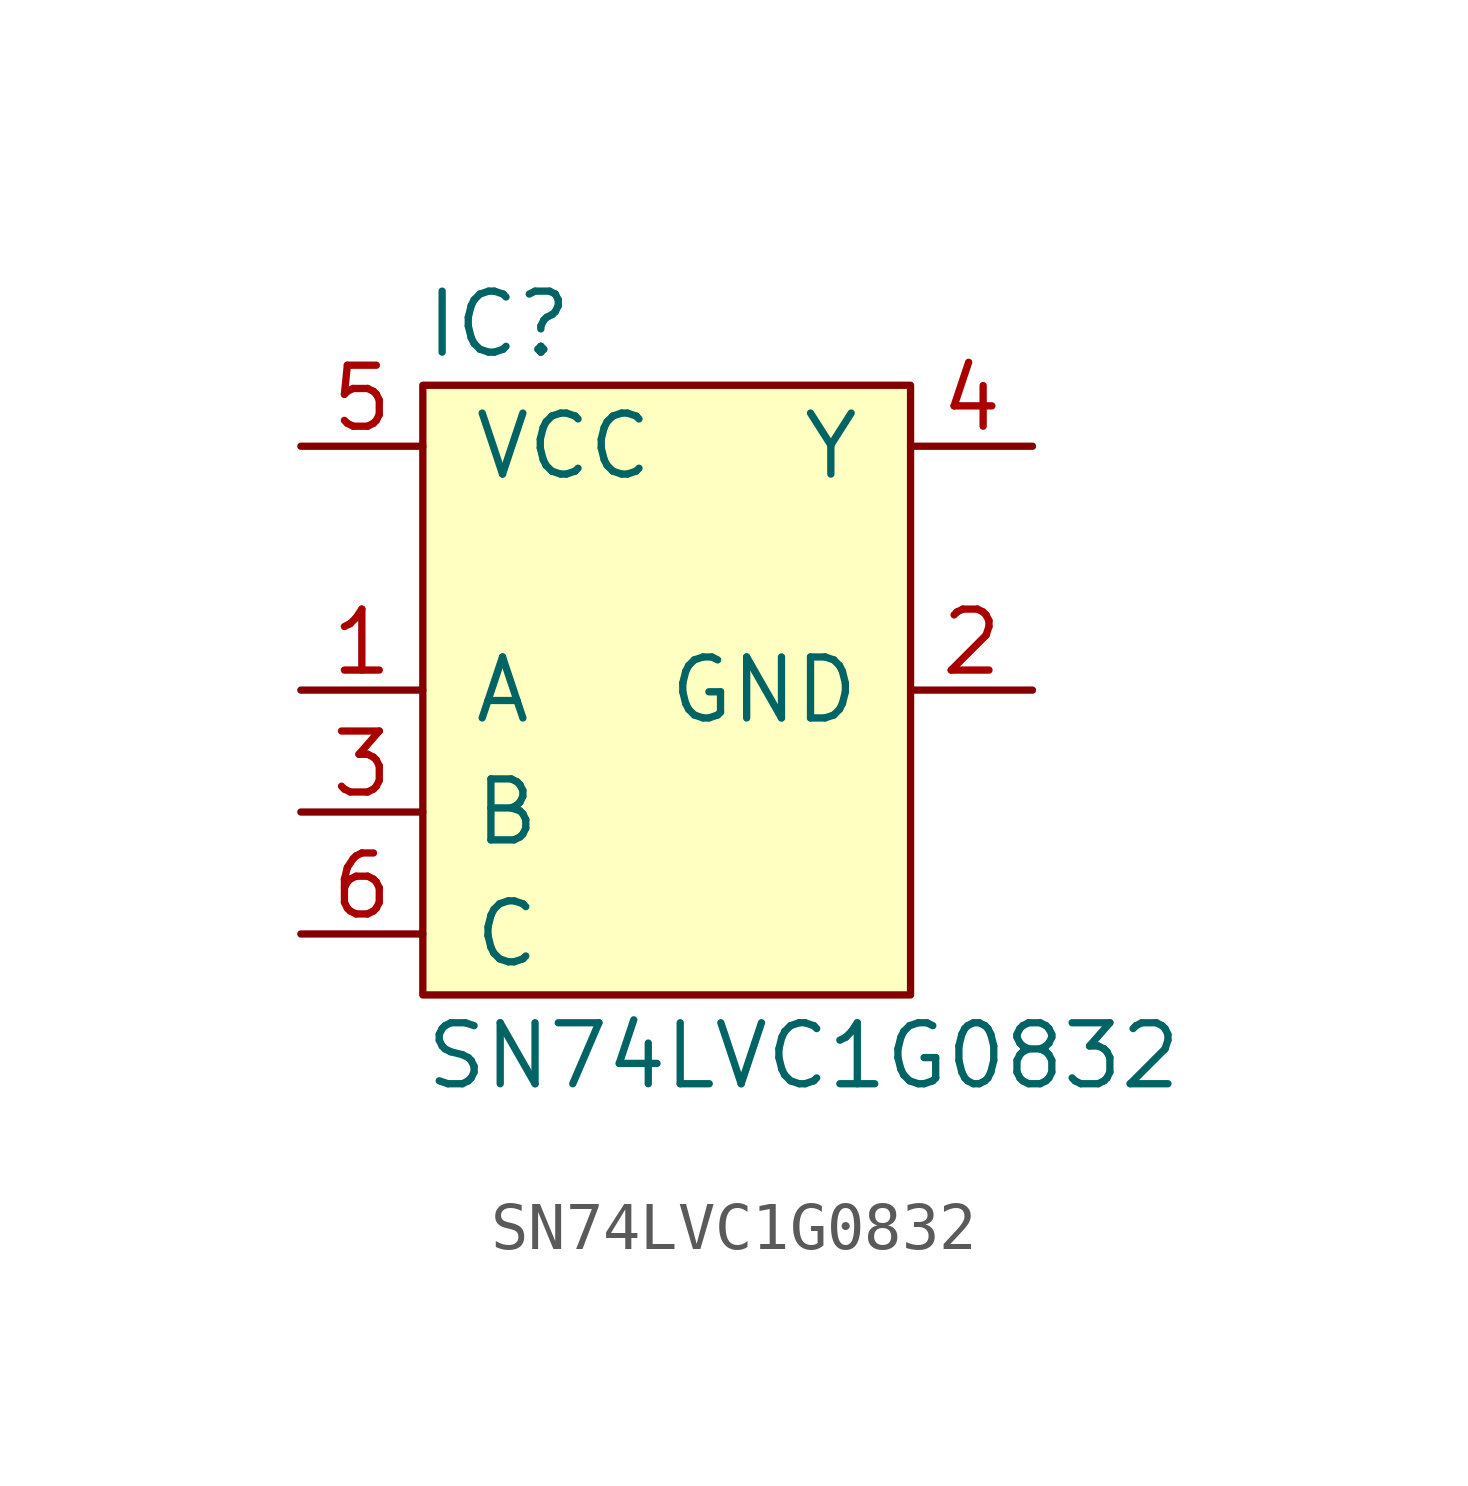
<source format=kicad_sym>
(kicad_symbol_lib
  (version 20211014)
  (generator agg_kicad.build_lib_ic)
  (symbol "SN74LVC1G0832"
    (pin_names
      (offset 1.016))
    (property Reference IC
      (at -5.08 7.62 0)
      (effects (font (size 1.27 1.27)) (justify left)))
    (property Value "SN74LVC1G0832"
      (at -5.08 -7.62 0)
      (effects (font (size 1.27 1.27)) (justify left)))
    (symbol "SN74LVC1G0832_0_0"
      (rectangle (start -5.08 6.35) (end 5.08 -6.35) (stroke (width 0) (type default) (color 0 0 0 0)) (fill (type background)))
      (pin power_in line (at -7.62 5.08 0) (length 2.54) (name VCC (effects (font (size 1.27 1.27)))) (number "5" (effects (font (size 1.27 1.27)))))
      (pin input line (at -7.62 0 0) (length 2.54) (name A (effects (font (size 1.27 1.27)))) (number "1" (effects (font (size 1.27 1.27)))))
      (pin input line (at -7.62 -2.54 0) (length 2.54) (name B (effects (font (size 1.27 1.27)))) (number "3" (effects (font (size 1.27 1.27)))))
      (pin input line (at -7.62 -5.08 0) (length 2.54) (name C (effects (font (size 1.27 1.27)))) (number "6" (effects (font (size 1.27 1.27)))))
      (pin output line (at 7.62 5.08 180) (length 2.54) (name Y (effects (font (size 1.27 1.27)))) (number "4" (effects (font (size 1.27 1.27)))))
      (pin power_in line (at 7.62 0 180) (length 2.54) (name GND (effects (font (size 1.27 1.27)))) (number "2" (effects (font (size 1.27 1.27))))))))
</source>
